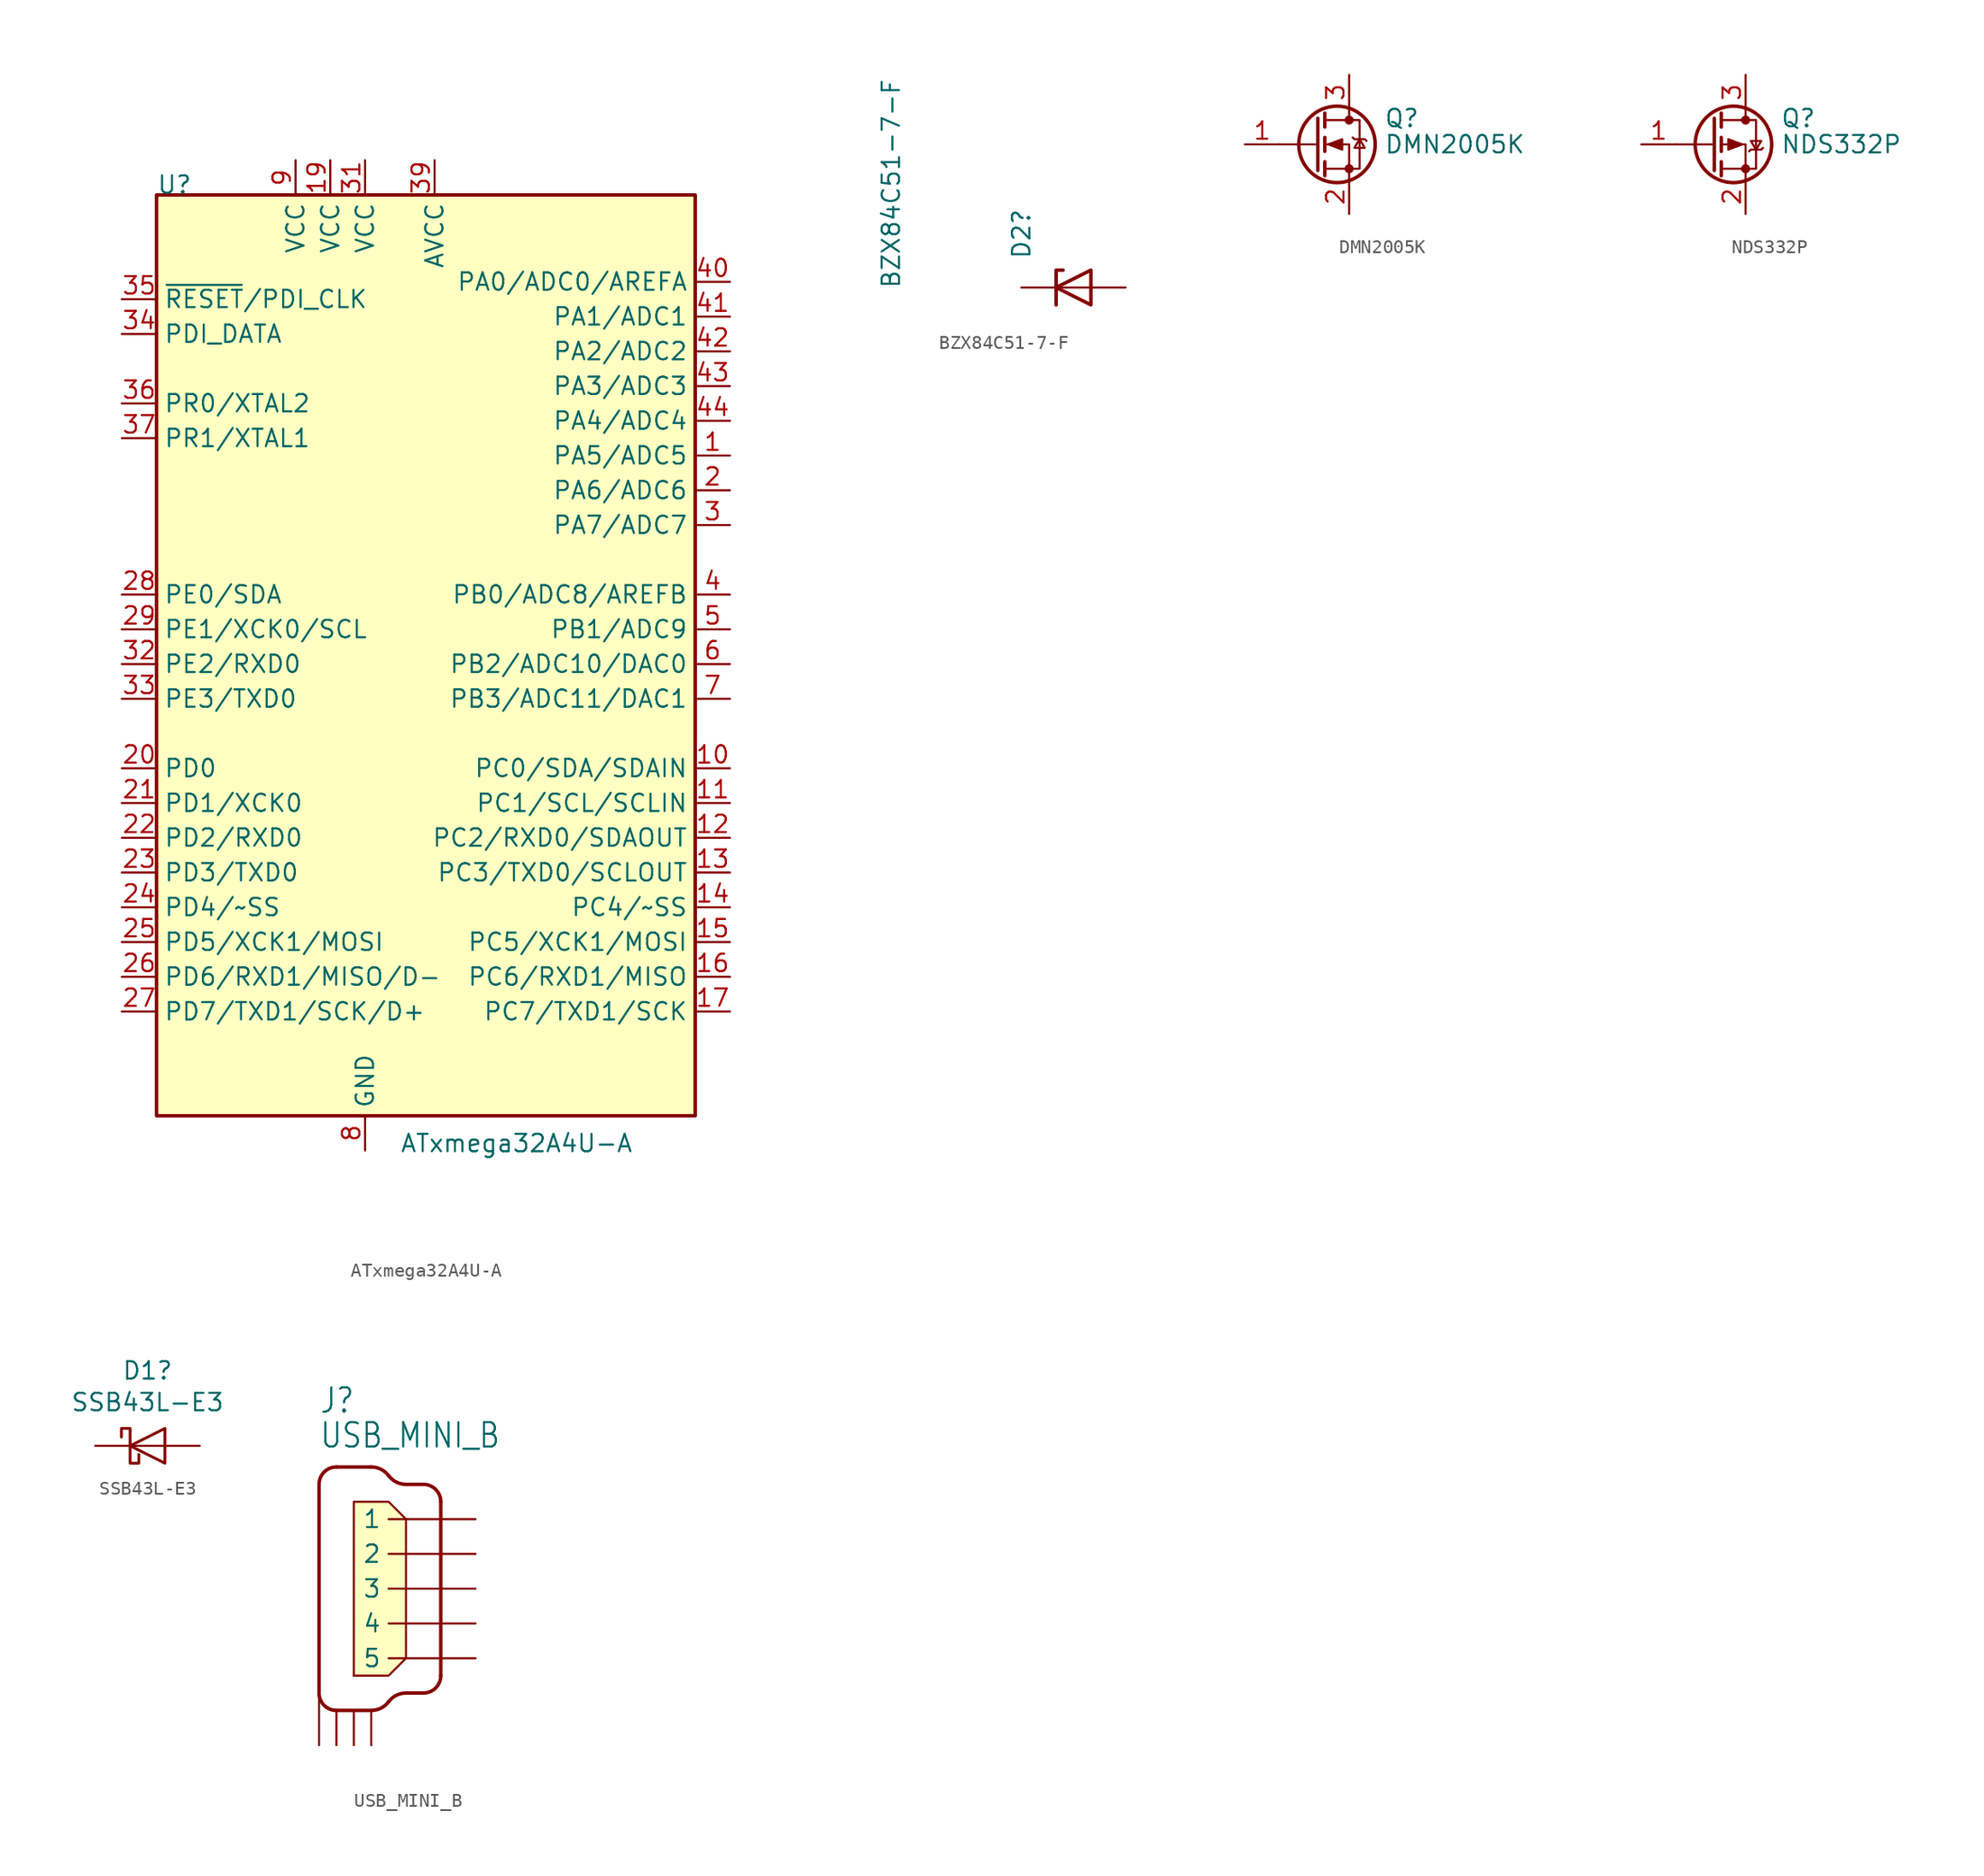
<source format=kicad_sym>
(kicad_symbol_lib
  (version 20211014)
  (generator kicad_symbol_editor)
  (symbol "ATxmega32A4U-A"
    (property "Reference" "U"
      (at -15.24 34.29 0)
      (effects (font (size 1.27 1.27)) (justify left bottom)))
    (property "Value" "ATxmega32A4U-A"
      (at 2.54 -34.29 0)
      (effects (font (size 1.27 1.27)) (justify left top)))
    (symbol "ATxmega32A4U-A_0_1"
      (rectangle (start -15.24 34.29) (end 24.13 -33.02) (stroke (width 0.254) (type default) (color 0 0 0 0)) (fill (type background))))
    (symbol "ATxmega32A4U-A_1_1"
      (pin bidirectional line (at 26.67 15.24 180) (length 2.54) (name "PA5/ADC5" (effects (font (size 1.27 1.27)))) (number "1" (effects (font (size 1.27 1.27)))))
      (pin bidirectional line (at 26.67 -7.62 180) (length 2.54) (name "PC0/SDA/SDAIN" (effects (font (size 1.27 1.27)))) (number "10" (effects (font (size 1.27 1.27)))))
      (pin bidirectional line (at 26.67 -10.16 180) (length 2.54) (name "PC1/SCL/SCLIN" (effects (font (size 1.27 1.27)))) (number "11" (effects (font (size 1.27 1.27)))))
      (pin bidirectional line (at 26.67 -12.7 180) (length 2.54) (name "PC2/RXD0/SDAOUT" (effects (font (size 1.27 1.27)))) (number "12" (effects (font (size 1.27 1.27)))))
      (pin bidirectional line (at 26.67 -15.24 180) (length 2.54) (name "PC3/TXD0/SCLOUT" (effects (font (size 1.27 1.27)))) (number "13" (effects (font (size 1.27 1.27)))))
      (pin bidirectional line (at 26.67 -17.78 180) (length 2.54) (name "PC4/~SS" (effects (font (size 1.27 1.27)))) (number "14" (effects (font (size 1.27 1.27)))))
      (pin bidirectional line (at 26.67 -20.32 180) (length 2.54) (name "PC5/XCK1/MOSI" (effects (font (size 1.27 1.27)))) (number "15" (effects (font (size 1.27 1.27)))))
      (pin bidirectional line (at 26.67 -22.86 180) (length 2.54) (name "PC6/RXD1/MISO" (effects (font (size 1.27 1.27)))) (number "16" (effects (font (size 1.27 1.27)))))
      (pin bidirectional line (at 26.67 -25.4 180) (length 2.54) (name "PC7/TXD1/SCK" (effects (font (size 1.27 1.27)))) (number "17" (effects (font (size 1.27 1.27)))))
      (pin passive line (at 0 -35.56 90) (length 2.54) hide (name "GND" (effects (font (size 1.27 1.27)))) (number "18" (effects (font (size 1.27 1.27)))))
      (pin passive line (at -2.54 36.83 270) (length 2.54) (name "VCC" (effects (font (size 1.27 1.27)))) (number "19" (effects (font (size 1.27 1.27)))))
      (pin bidirectional line (at 26.67 12.7 180) (length 2.54) (name "PA6/ADC6" (effects (font (size 1.27 1.27)))) (number "2" (effects (font (size 1.27 1.27)))))
      (pin bidirectional line (at -17.78 -7.62 0) (length 2.54) (name "PD0" (effects (font (size 1.27 1.27)))) (number "20" (effects (font (size 1.27 1.27)))))
      (pin bidirectional line (at -17.78 -10.16 0) (length 2.54) (name "PD1/XCK0" (effects (font (size 1.27 1.27)))) (number "21" (effects (font (size 1.27 1.27)))))
      (pin bidirectional line (at -17.78 -12.7 0) (length 2.54) (name "PD2/RXD0" (effects (font (size 1.27 1.27)))) (number "22" (effects (font (size 1.27 1.27)))))
      (pin bidirectional line (at -17.78 -15.24 0) (length 2.54) (name "PD3/TXD0" (effects (font (size 1.27 1.27)))) (number "23" (effects (font (size 1.27 1.27)))))
      (pin bidirectional line (at -17.78 -17.78 0) (length 2.54) (name "PD4/~SS" (effects (font (size 1.27 1.27)))) (number "24" (effects (font (size 1.27 1.27)))))
      (pin bidirectional line (at -17.78 -20.32 0) (length 2.54) (name "PD5/XCK1/MOSI" (effects (font (size 1.27 1.27)))) (number "25" (effects (font (size 1.27 1.27)))))
      (pin bidirectional line (at -17.78 -22.86 0) (length 2.54) (name "PD6/RXD1/MISO/D-" (effects (font (size 1.27 1.27)))) (number "26" (effects (font (size 1.27 1.27)))))
      (pin bidirectional line (at -17.78 -25.4 0) (length 2.54) (name "PD7/TXD1/SCK/D+" (effects (font (size 1.27 1.27)))) (number "27" (effects (font (size 1.27 1.27)))))
      (pin bidirectional line (at -17.78 5.08 0) (length 2.54) (name "PE0/SDA" (effects (font (size 1.27 1.27)))) (number "28" (effects (font (size 1.27 1.27)))))
      (pin bidirectional line (at -17.78 2.54 0) (length 2.54) (name "PE1/XCK0/SCL" (effects (font (size 1.27 1.27)))) (number "29" (effects (font (size 1.27 1.27)))))
      (pin bidirectional line (at 26.67 10.16 180) (length 2.54) (name "PA7/ADC7" (effects (font (size 1.27 1.27)))) (number "3" (effects (font (size 1.27 1.27)))))
      (pin passive line (at 0 -35.56 90) (length 2.54) hide (name "GND" (effects (font (size 1.27 1.27)))) (number "30" (effects (font (size 1.27 1.27)))))
      (pin passive line (at 0 36.83 270) (length 2.54) (name "VCC" (effects (font (size 1.27 1.27)))) (number "31" (effects (font (size 1.27 1.27)))))
      (pin bidirectional line (at -17.78 0 0) (length 2.54) (name "PE2/RXD0" (effects (font (size 1.27 1.27)))) (number "32" (effects (font (size 1.27 1.27)))))
      (pin bidirectional line (at -17.78 -2.54 0) (length 2.54) (name "PE3/TXD0" (effects (font (size 1.27 1.27)))) (number "33" (effects (font (size 1.27 1.27)))))
      (pin bidirectional line (at -17.78 24.13 0) (length 2.54) (name "PDI_DATA" (effects (font (size 1.27 1.27)))) (number "34" (effects (font (size 1.27 1.27)))))
      (pin input line (at -17.78 26.67 0) (length 2.54) (name "~{RESET}/PDI_CLK" (effects (font (size 1.27 1.27)))) (number "35" (effects (font (size 1.27 1.27)))))
      (pin bidirectional line (at -17.78 19.05 0) (length 2.54) (name "PR0/XTAL2" (effects (font (size 1.27 1.27)))) (number "36" (effects (font (size 1.27 1.27)))))
      (pin bidirectional line (at -17.78 16.51 0) (length 2.54) (name "PR1/XTAL1" (effects (font (size 1.27 1.27)))) (number "37" (effects (font (size 1.27 1.27)))))
      (pin passive line (at 0 -35.56 90) (length 2.54) hide (name "GND" (effects (font (size 1.27 1.27)))) (number "38" (effects (font (size 1.27 1.27)))))
      (pin power_in line (at 5.08 36.83 270) (length 2.54) (name "AVCC" (effects (font (size 1.27 1.27)))) (number "39" (effects (font (size 1.27 1.27)))))
      (pin bidirectional line (at 26.67 5.08 180) (length 2.54) (name "PB0/ADC8/AREFB" (effects (font (size 1.27 1.27)))) (number "4" (effects (font (size 1.27 1.27)))))
      (pin bidirectional line (at 26.67 27.94 180) (length 2.54) (name "PA0/ADC0/AREFA" (effects (font (size 1.27 1.27)))) (number "40" (effects (font (size 1.27 1.27)))))
      (pin bidirectional line (at 26.67 25.4 180) (length 2.54) (name "PA1/ADC1" (effects (font (size 1.27 1.27)))) (number "41" (effects (font (size 1.27 1.27)))))
      (pin bidirectional line (at 26.67 22.86 180) (length 2.54) (name "PA2/ADC2" (effects (font (size 1.27 1.27)))) (number "42" (effects (font (size 1.27 1.27)))))
      (pin bidirectional line (at 26.67 20.32 180) (length 2.54) (name "PA3/ADC3" (effects (font (size 1.27 1.27)))) (number "43" (effects (font (size 1.27 1.27)))))
      (pin bidirectional line (at 26.67 17.78 180) (length 2.54) (name "PA4/ADC4" (effects (font (size 1.27 1.27)))) (number "44" (effects (font (size 1.27 1.27)))))
      (pin bidirectional line (at 26.67 2.54 180) (length 2.54) (name "PB1/ADC9" (effects (font (size 1.27 1.27)))) (number "5" (effects (font (size 1.27 1.27)))))
      (pin bidirectional line (at 26.67 0 180) (length 2.54) (name "PB2/ADC10/DAC0" (effects (font (size 1.27 1.27)))) (number "6" (effects (font (size 1.27 1.27)))))
      (pin bidirectional line (at 26.67 -2.54 180) (length 2.54) (name "PB3/ADC11/DAC1" (effects (font (size 1.27 1.27)))) (number "7" (effects (font (size 1.27 1.27)))))
      (pin power_in line (at 0 -35.56 90) (length 2.54) (name "GND" (effects (font (size 1.27 1.27)))) (number "8" (effects (font (size 1.27 1.27)))))
      (pin power_in line (at -5.08 36.83 270) (length 2.54) (name "VCC" (effects (font (size 1.27 1.27)))) (number "9" (effects (font (size 1.27 1.27)))))))
  (symbol "BZX84C51-7-F"
    (pin_numbers hide)
    (pin_names
      (offset 1.016) hide)
    (property "Reference" "D2"
      (at -3.81 2.032 90)
      (effects (font (size 1.27 1.27)) (justify left)))
    (property "Value" "BZX84C51-7-F"
      (at -13.335 -0.127 90)
      (effects (font (size 1.27 1.27)) (justify left)))
    (symbol "BZX84C51-7-F_0_0"
      (pin passive line (at 3.81 0 180) (length 2.54) (name "A" (effects (font (size 1.27 1.27)))) (number "3" (effects (font (size 1.27 1.27))))))
    (symbol "BZX84C51-7-F_0_1"
      (polyline (pts (xy 1.27 0) (xy -1.27 0)) (stroke (width 0) (type default) (color 0 0 0 0)) (fill (type none)))
      (polyline (pts (xy -1.27 -1.27) (xy -1.27 1.27) (xy -0.762 1.27)) (stroke (width 0.254) (type default) (color 0 0 0 0)) (fill (type none)))
      (polyline (pts (xy 1.27 -1.27) (xy 1.27 1.27) (xy -1.27 0) (xy 1.27 -1.27)) (stroke (width 0.254) (type default) (color 0 0 0 0)) (fill (type none))))
    (symbol "BZX84C51-7-F_1_1"
      (pin passive line (at -3.81 0 0) (length 2.54) (name "K" (effects (font (size 1.27 1.27)))) (number "1" (effects (font (size 1.27 1.27)))))
      (pin no_connect line (at 3.81 -1.27 180) (length 2.54) hide (name "n.c." (effects (font (size 1.27 1.27)))) (number "2" (effects (font (size 1.27 1.27)))))))
  (symbol "DMN2005K"
    (pin_names hide)
    (property "Reference" "Q"
      (at 5.08 1.905 0)
      (effects (font (size 1.27 1.27)) (justify left)))
    (property "Value" "DMN2005K"
      (at 5.08 0 0)
      (effects (font (size 1.27 1.27)) (justify left)))
    (symbol "DMN2005K_0_1"
      (polyline (pts (xy 0.254 0) (xy -2.54 0)) (stroke (width 0) (type default) (color 0 0 0 0)) (fill (type none)))
      (polyline (pts (xy 0.254 1.905) (xy 0.254 -1.905)) (stroke (width 0.254) (type default) (color 0 0 0 0)) (fill (type none)))
      (polyline (pts (xy 0.762 -1.27) (xy 0.762 -2.286)) (stroke (width 0.254) (type default) (color 0 0 0 0)) (fill (type none)))
      (polyline (pts (xy 0.762 0.508) (xy 0.762 -0.508)) (stroke (width 0.254) (type default) (color 0 0 0 0)) (fill (type none)))
      (polyline (pts (xy 0.762 2.286) (xy 0.762 1.27)) (stroke (width 0.254) (type default) (color 0 0 0 0)) (fill (type none)))
      (polyline (pts (xy 2.54 2.54) (xy 2.54 1.778)) (stroke (width 0) (type default) (color 0 0 0 0)) (fill (type none)))
      (polyline (pts (xy 2.54 -2.54) (xy 2.54 0) (xy 0.762 0)) (stroke (width 0) (type default) (color 0 0 0 0)) (fill (type none)))
      (polyline (pts (xy 0.762 -1.778) (xy 3.302 -1.778) (xy 3.302 1.778) (xy 0.762 1.778)) (stroke (width 0) (type default) (color 0 0 0 0)) (fill (type none)))
      (polyline (pts (xy 1.016 0) (xy 2.032 0.381) (xy 2.032 -0.381) (xy 1.016 0)) (stroke (width 0) (type default) (color 0 0 0 0)) (fill (type outline)))
      (polyline (pts (xy 2.794 0.508) (xy 2.921 0.381) (xy 3.683 0.381) (xy 3.81 0.254)) (stroke (width 0) (type default) (color 0 0 0 0)) (fill (type none)))
      (polyline (pts (xy 3.302 0.381) (xy 2.921 -0.254) (xy 3.683 -0.254) (xy 3.302 0.381)) (stroke (width 0) (type default) (color 0 0 0 0)) (fill (type none)))
      (circle (center 1.651 0) (radius 2.794) (stroke (width 0.254) (type default) (color 0 0 0 0)) (fill (type none)))
      (circle (center 2.54 -1.778) (radius 0.254) (stroke (width 0) (type default) (color 0 0 0 0)) (fill (type outline)))
      (circle (center 2.54 1.778) (radius 0.254) (stroke (width 0) (type default) (color 0 0 0 0)) (fill (type outline))))
    (symbol "DMN2005K_1_1"
      (pin input line (at -5.08 0 0) (length 2.54) (name "G" (effects (font (size 1.27 1.27)))) (number "1" (effects (font (size 1.27 1.27)))))
      (pin passive line (at 2.54 -5.08 90) (length 2.54) (name "S" (effects (font (size 1.27 1.27)))) (number "2" (effects (font (size 1.27 1.27)))))
      (pin passive line (at 2.54 5.08 270) (length 2.54) (name "D" (effects (font (size 1.27 1.27)))) (number "3" (effects (font (size 1.27 1.27)))))))
  (symbol "NDS332P"
    (pin_names hide)
    (property "Reference" "Q"
      (at 5.08 1.905 0)
      (effects (font (size 1.27 1.27)) (justify left)))
    (property "Value" "NDS332P"
      (at 5.08 0 0)
      (effects (font (size 1.27 1.27)) (justify left)))
    (symbol "NDS332P_0_1"
      (polyline (pts (xy 0.254 0) (xy -2.54 0)) (stroke (width 0) (type default) (color 0 0 0 0)) (fill (type none)))
      (polyline (pts (xy 0.254 1.905) (xy 0.254 -1.905)) (stroke (width 0.254) (type default) (color 0 0 0 0)) (fill (type none)))
      (polyline (pts (xy 0.762 -1.27) (xy 0.762 -2.286)) (stroke (width 0.254) (type default) (color 0 0 0 0)) (fill (type none)))
      (polyline (pts (xy 0.762 0.508) (xy 0.762 -0.508)) (stroke (width 0.254) (type default) (color 0 0 0 0)) (fill (type none)))
      (polyline (pts (xy 0.762 2.286) (xy 0.762 1.27)) (stroke (width 0.254) (type default) (color 0 0 0 0)) (fill (type none)))
      (polyline (pts (xy 2.54 2.54) (xy 2.54 1.778)) (stroke (width 0) (type default) (color 0 0 0 0)) (fill (type none)))
      (polyline (pts (xy 2.54 -2.54) (xy 2.54 0) (xy 0.762 0)) (stroke (width 0) (type default) (color 0 0 0 0)) (fill (type none)))
      (polyline (pts (xy 0.762 1.778) (xy 3.302 1.778) (xy 3.302 -1.778) (xy 0.762 -1.778)) (stroke (width 0) (type default) (color 0 0 0 0)) (fill (type none)))
      (polyline (pts (xy 2.286 0) (xy 1.27 0.381) (xy 1.27 -0.381) (xy 2.286 0)) (stroke (width 0) (type default) (color 0 0 0 0)) (fill (type outline)))
      (polyline (pts (xy 2.794 -0.508) (xy 2.921 -0.381) (xy 3.683 -0.381) (xy 3.81 -0.254)) (stroke (width 0) (type default) (color 0 0 0 0)) (fill (type none)))
      (polyline (pts (xy 3.302 -0.381) (xy 2.921 0.254) (xy 3.683 0.254) (xy 3.302 -0.381)) (stroke (width 0) (type default) (color 0 0 0 0)) (fill (type none)))
      (circle (center 1.651 0) (radius 2.794) (stroke (width 0.254) (type default) (color 0 0 0 0)) (fill (type none)))
      (circle (center 2.54 -1.778) (radius 0.254) (stroke (width 0) (type default) (color 0 0 0 0)) (fill (type outline)))
      (circle (center 2.54 1.778) (radius 0.254) (stroke (width 0) (type default) (color 0 0 0 0)) (fill (type outline))))
    (symbol "NDS332P_1_1"
      (pin passive line (at -5.08 0 0) (length 2.54) (name "G" (effects (font (size 1.27 1.27)))) (number "1" (effects (font (size 1.27 1.27)))))
      (pin passive line (at 2.54 -5.08 90) (length 2.54) (name "D" (effects (font (size 1.27 1.27)))) (number "2" (effects (font (size 1.27 1.27)))))
      (pin passive line (at 2.54 5.08 270) (length 2.54) (name "S" (effects (font (size 1.27 1.27)))) (number "3" (effects (font (size 1.27 1.27)))))))
  (symbol "SSB43L-E3"
    (pin_numbers hide)
    (pin_names
      (offset 1.016) hide)
    (property "Reference" "D1"
      (at 0 5.486 0)
      (effects (font (size 1.27 1.27))))
    (property "Value" "SSB43L-E3"
      (at 0 3.175 0)
      (effects (font (size 1.27 1.27))))
    (symbol "SSB43L-E3_0_1"
      (polyline (pts (xy 1.27 0) (xy -1.27 0)) (stroke (width 0) (type default) (color 0 0 0 0)) (fill (type none)))
      (polyline (pts (xy 1.27 1.27) (xy 1.27 -1.27) (xy -1.27 0) (xy 1.27 1.27)) (stroke (width 0.203) (type default) (color 0 0 0 0)) (fill (type none)))
      (polyline (pts (xy -1.905 0.635) (xy -1.905 1.27) (xy -1.27 1.27) (xy -1.27 -1.27) (xy -0.635 -1.27) (xy -0.635 -0.635)) (stroke (width 0.203) (type default) (color 0 0 0 0)) (fill (type none))))
    (symbol "SSB43L-E3_1_1"
      (pin passive line (at -3.81 0 0) (length 2.54) (name "K" (effects (font (size 1.27 1.27)))) (number "1" (effects (font (size 1.27 1.27)))))
      (pin passive line (at 3.81 0 180) (length 2.54) (name "A" (effects (font (size 1.27 1.27)))) (number "2" (effects (font (size 1.27 1.27)))))))
  (symbol "USB_MINI_B"
    (property "Reference" "J"
      (at -3.81 12.7 0)
      (effects (font (size 1.778 1.511)) (justify left bottom)))
    (property "Value" "USB_MINI_B"
      (at -3.81 10.16 0)
      (effects (font (size 1.778 1.511)) (justify left bottom)))
    (symbol "USB_MINI_B_0_1"
      (rectangle (start -1.27 -6.35) (end -1.27 -6.35) (stroke (width 0.152) (type default) (color 0 0 0 0)) (fill (type background))))
    (symbol "USB_MINI_B_1_0"
      (arc (start -3.81 -7.62) (mid -3.438 -8.518) (end -2.54 -8.89) (stroke (width 0.254) (type default) (color 0 0 0 0)) (fill (type none)))
      (arc (start -2.54 8.89) (mid -3.438 8.518) (end -3.81 7.62) (stroke (width 0.254) (type default) (color 0 0 0 0)) (fill (type none)))
      (arc (start 0 -8.89) (mid 0.71 -8.7225) (end 1.27 -8.255) (stroke (width 0.254) (type default) (color 0 0 0 0)) (fill (type none)))
      (polyline (pts (xy -3.81 -7.62) (xy -3.81 7.62)) (stroke (width 0.254) (type default) (color 0 0 0 0)) (fill (type none)))
      (polyline (pts (xy -2.54 -8.89) (xy 0 -8.89)) (stroke (width 0.254) (type default) (color 0 0 0 0)) (fill (type none)))
      (polyline (pts (xy -2.54 8.89) (xy 0 8.89)) (stroke (width 0.254) (type default) (color 0 0 0 0)) (fill (type none)))
      (polyline (pts (xy 2.54 -7.62) (xy 3.81 -7.62)) (stroke (width 0.254) (type default) (color 0 0 0 0)) (fill (type none)))
      (polyline (pts (xy 2.54 7.62) (xy 3.81 7.62)) (stroke (width 0.254) (type default) (color 0 0 0 0)) (fill (type none)))
      (polyline (pts (xy 5.08 6.35) (xy 5.08 -6.35)) (stroke (width 0.254) (type default) (color 0 0 0 0)) (fill (type none)))
      (polyline (pts (xy -1.27 6.35) (xy 1.27 6.35) (xy 2.54 5.08) (xy 2.54 -5.08) (xy 1.27 -6.35) (xy -1.27 -6.35) (xy -1.27 6.35)) (stroke (width 0.152) (type default) (color 0 0 0 0)) (fill (type background)))
      (arc (start 1.27 8.255) (mid 0.71 8.7225) (end 0 8.89) (stroke (width 0.254) (type default) (color 0 0 0 0)) (fill (type none)))
      (arc (start 1.27 8.255) (mid 1.8303 7.7883) (end 2.54 7.62) (stroke (width 0.254) (type default) (color 0 0 0 0)) (fill (type none)))
      (arc (start 2.54 -7.62) (mid 1.8301 -7.7876) (end 1.27 -8.255) (stroke (width 0.254) (type default) (color 0 0 0 0)) (fill (type none)))
      (arc (start 3.81 -7.62) (mid 4.708 -7.248) (end 5.08 -6.35) (stroke (width 0.254) (type default) (color 0 0 0 0)) (fill (type none)))
      (arc (start 5.08 6.35) (mid 4.708 7.248) (end 3.81 7.62) (stroke (width 0.254) (type default) (color 0 0 0 0)) (fill (type none)))
      (pin bidirectional line (at 7.62 5.08 180) (length 6.35) (name "1" (effects (font (size 1.27 1.27)))) (number "1" (effects (font (size 0 0)))))
      (pin bidirectional line (at 7.62 2.54 180) (length 6.35) (name "2" (effects (font (size 1.27 1.27)))) (number "2" (effects (font (size 0 0)))))
      (pin bidirectional line (at 7.62 0 180) (length 6.35) (name "3" (effects (font (size 1.27 1.27)))) (number "3" (effects (font (size 0 0)))))
      (pin bidirectional line (at 7.62 -2.54 180) (length 6.35) (name "4" (effects (font (size 1.27 1.27)))) (number "4" (effects (font (size 0 0)))))
      (pin bidirectional line (at 7.62 -5.08 180) (length 6.35) (name "5" (effects (font (size 1.27 1.27)))) (number "5" (effects (font (size 0 0)))))
      (pin bidirectional line (at -3.81 -11.43 90) (length 5.08) (name "6" (effects (font (size 0 0)))) (number "6" (effects (font (size 0 0)))))
      (pin bidirectional line (at -2.54 -11.43 90) (length 2.54) (name "6" (effects (font (size 0 0)))) (number "6" (effects (font (size 0 0)))))
      (pin bidirectional line (at -1.27 -11.43 90) (length 2.54) (name "6" (effects (font (size 0 0)))) (number "6" (effects (font (size 0 0)))))
      (pin bidirectional line (at 0 -11.43 90) (length 2.54) (name "6" (effects (font (size 0 0)))) (number "6" (effects (font (size 0 0))))))))
</source>
